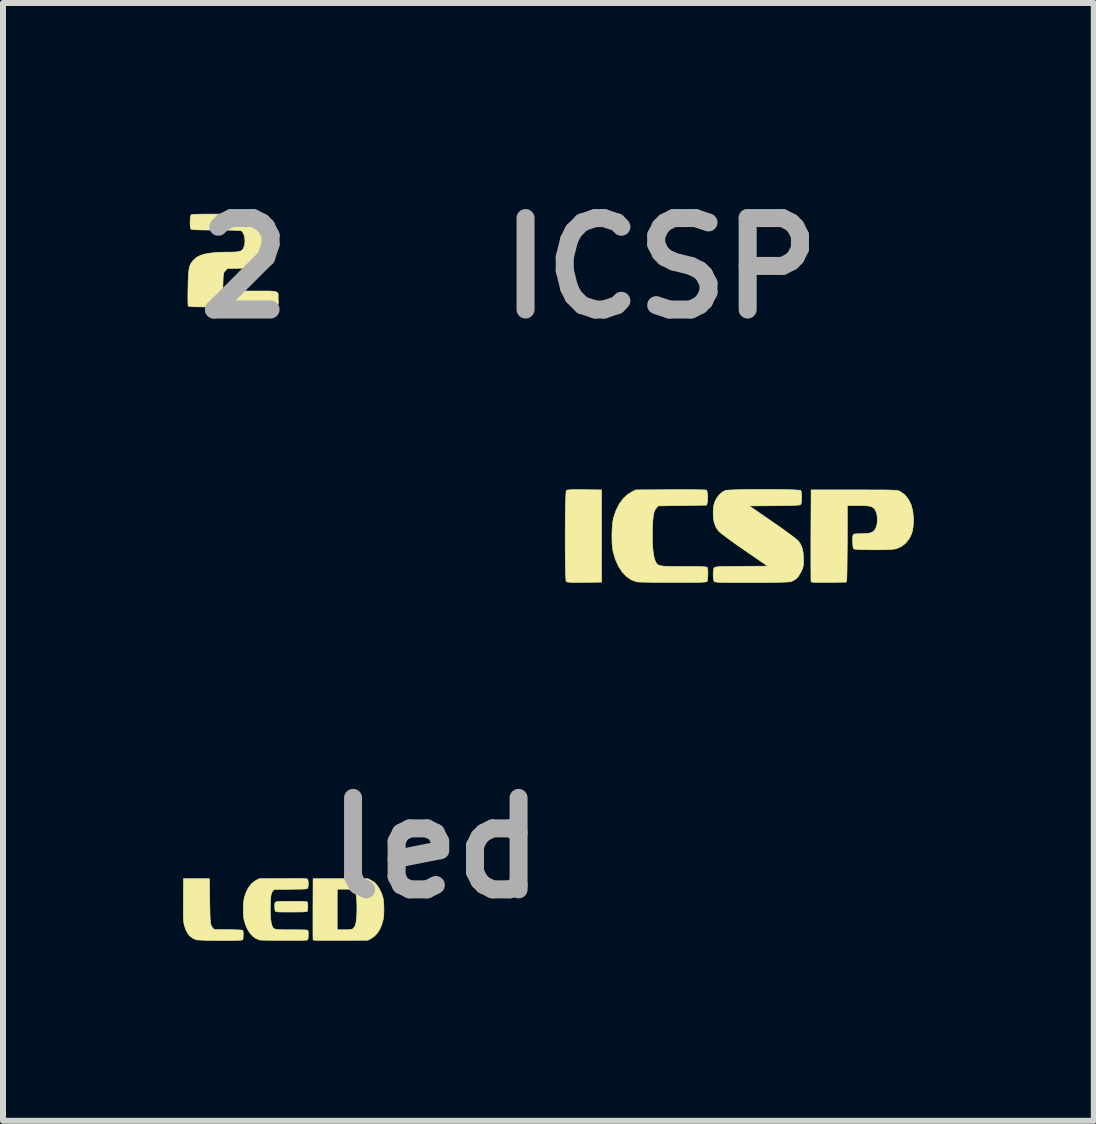
<source format=kicad_pcb>
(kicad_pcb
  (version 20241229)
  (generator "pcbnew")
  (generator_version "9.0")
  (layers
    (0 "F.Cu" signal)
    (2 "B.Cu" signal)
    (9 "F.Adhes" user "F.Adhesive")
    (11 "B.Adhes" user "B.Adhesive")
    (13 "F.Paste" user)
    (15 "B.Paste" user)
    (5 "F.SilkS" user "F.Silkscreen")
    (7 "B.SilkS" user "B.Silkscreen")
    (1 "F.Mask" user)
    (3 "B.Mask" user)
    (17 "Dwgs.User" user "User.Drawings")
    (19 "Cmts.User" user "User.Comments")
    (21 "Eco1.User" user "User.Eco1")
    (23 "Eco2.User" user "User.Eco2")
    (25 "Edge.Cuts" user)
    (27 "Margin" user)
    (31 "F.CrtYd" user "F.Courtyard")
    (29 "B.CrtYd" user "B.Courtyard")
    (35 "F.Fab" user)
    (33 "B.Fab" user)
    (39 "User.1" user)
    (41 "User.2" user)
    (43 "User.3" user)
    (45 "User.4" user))
  (footprint "ICSP"
    (layer "F.Cu")
    (at 8.957 5.918)
    (property "Reference" "ICSP" (at -1 -4.5 0) (layer "F.Fab") (effects (font (size 1.524 1.524) (thickness 0.3))))
    (attr through_hole)
    (fp_poly (pts (xy -2.276 -0.808) (xy -2.268 -0.808) (xy -1.984 -0.805) (xy -1.984 0.732) (xy -2.27 0.736) (xy -2.371 0.736) (xy -2.448 0.736) (xy -2.505 0.734) (xy -2.543 0.731) (xy -2.565 0.727) (xy -2.572 0.723) (xy -2.575 0.707) (xy -2.579 0.669) (xy -2.581 0.61) (xy -2.584 0.534) (xy -2.586 0.444) (xy -2.587 0.343) (xy -2.588 0.232) (xy -2.589 0.115) (xy -2.589 -0.005) (xy -2.589 -0.126) (xy -2.588 -0.245) (xy -2.587 -0.359) (xy -2.585 -0.466) (xy -2.583 -0.562) (xy -2.581 -0.646) (xy -2.578 -0.714) (xy -2.575 -0.763) (xy -2.572 -0.791) (xy -2.57 -0.797) (xy -2.553 -0.802) (xy -2.517 -0.806) (xy -2.459 -0.808) (xy -2.379 -0.809) (xy -2.276 -0.808)) (stroke (width 0.01) (type solid)) (fill yes) (layer "F.SilkS"))
    (fp_poly (pts (xy -0.468 -0.808) (xy -0.379 -0.807) (xy -0.311 -0.806) (xy -0.263 -0.804) (xy -0.238 -0.801) (xy -0.235 -0.8) (xy -0.226 -0.779) (xy -0.219 -0.741) (xy -0.215 -0.693) (xy -0.215 -0.645) (xy -0.219 -0.605) (xy -0.221 -0.595) (xy -0.233 -0.551) (xy -1.04 -0.538) (xy -1.07 -0.503) (xy -1.089 -0.477) (xy -1.104 -0.446) (xy -1.115 -0.407) (xy -1.123 -0.355) (xy -1.129 -0.288) (xy -1.134 -0.2) (xy -1.135 -0.157) (xy -1.137 -0.02) (xy -1.134 0.102) (xy -1.126 0.208) (xy -1.114 0.295) (xy -1.096 0.36) (xy -1.091 0.375) (xy -1.079 0.401) (xy -1.066 0.421) (xy -1.05 0.438) (xy -1.029 0.45) (xy -0.998 0.459) (xy -0.956 0.465) (xy -0.9 0.469) (xy -0.827 0.471) (xy -0.734 0.472) (xy -0.619 0.472) (xy -0.608 0.472) (xy -0.498 0.472) (xy -0.412 0.472) (xy -0.345 0.473) (xy -0.296 0.475) (xy -0.262 0.477) (xy -0.239 0.481) (xy -0.227 0.485) (xy -0.221 0.49) (xy -0.22 0.492) (xy -0.215 0.52) (xy -0.212 0.562) (xy -0.212 0.61) (xy -0.215 0.658) (xy -0.219 0.698) (xy -0.226 0.721) (xy -0.227 0.723) (xy -0.238 0.727) (xy -0.262 0.73) (xy -0.302 0.733) (xy -0.359 0.735) (xy -0.435 0.736) (xy -0.531 0.737) (xy -0.649 0.737) (xy -0.79 0.737) (xy -0.802 0.737) (xy -0.92 0.737) (xy -1.032 0.736) (xy -1.134 0.735) (xy -1.224 0.733) (xy -1.298 0.732) (xy -1.355 0.73) (xy -1.391 0.728) (xy -1.402 0.726) (xy -1.489 0.693) (xy -1.57 0.636) (xy -1.642 0.559) (xy -1.703 0.464) (xy -1.753 0.352) (xy -1.79 0.225) (xy -1.794 0.206) (xy -1.804 0.136) (xy -1.809 0.05) (xy -1.81 -0.045) (xy -1.808 -0.142) (xy -1.801 -0.232) (xy -1.79 -0.309) (xy -1.782 -0.347) (xy -1.741 -0.466) (xy -1.687 -0.571) (xy -1.622 -0.66) (xy -1.548 -0.729) (xy -1.485 -0.769) (xy -1.412 -0.805) (xy -0.829 -0.808) (xy -0.694 -0.809) (xy -0.573 -0.809) (xy -0.468 -0.808)) (stroke (width 0.01) (type solid)) (fill yes) (layer "F.SilkS"))
    (fp_poly (pts (xy 2.379 -0.805) (xy 2.509 -0.804) (xy 2.618 -0.804) (xy 2.707 -0.804) (xy 2.779 -0.803) (xy 2.837 -0.802) (xy 2.881 -0.8) (xy 2.915 -0.798) (xy 2.94 -0.795) (xy 2.959 -0.792) (xy 2.973 -0.787) (xy 2.984 -0.782) (xy 2.995 -0.777) (xy 3.07 -0.722) (xy 3.13 -0.648) (xy 3.175 -0.557) (xy 3.203 -0.45) (xy 3.214 -0.329) (xy 3.213 -0.258) (xy 3.207 -0.182) (xy 3.197 -0.122) (xy 3.182 -0.072) (xy 3.159 -0.023) (xy 3.138 0.014) (xy 3.082 0.084) (xy 3.01 0.139) (xy 2.93 0.174) (xy 2.912 0.179) (xy 2.877 0.183) (xy 2.825 0.187) (xy 2.759 0.19) (xy 2.683 0.192) (xy 2.601 0.193) (xy 2.518 0.193) (xy 2.437 0.192) (xy 2.363 0.19) (xy 2.3 0.188) (xy 2.252 0.184) (xy 2.222 0.18) (xy 2.216 0.177) (xy 2.209 0.158) (xy 2.204 0.121) (xy 2.201 0.074) (xy 2.201 0.025) (xy 2.202 -0.019) (xy 2.207 -0.05) (xy 2.209 -0.054) (xy 2.216 -0.064) (xy 2.234 -0.07) (xy 2.267 -0.073) (xy 2.319 -0.074) (xy 2.345 -0.074) (xy 2.426 -0.077) (xy 2.486 -0.086) (xy 2.53 -0.102) (xy 2.562 -0.129) (xy 2.586 -0.166) (xy 2.588 -0.17) (xy 2.606 -0.227) (xy 2.613 -0.296) (xy 2.61 -0.367) (xy 2.596 -0.43) (xy 2.588 -0.447) (xy 2.569 -0.482) (xy 2.547 -0.507) (xy 2.518 -0.524) (xy 2.478 -0.535) (xy 2.423 -0.541) (xy 2.349 -0.544) (xy 2.299 -0.544) (xy 2.112 -0.544) (xy 2.111 0.062) (xy 2.11 0.185) (xy 2.109 0.301) (xy 2.108 0.407) (xy 2.107 0.501) (xy 2.106 0.58) (xy 2.104 0.641) (xy 2.102 0.682) (xy 2.101 0.7) (xy 2.092 0.732) (xy 1.803 0.736) (xy 1.705 0.736) (xy 1.63 0.736) (xy 1.576 0.735) (xy 1.539 0.733) (xy 1.517 0.729) (xy 1.509 0.724) (xy 1.508 0.723) (xy 1.507 0.708) (xy 1.506 0.669) (xy 1.506 0.61) (xy 1.505 0.532) (xy 1.505 0.438) (xy 1.505 0.329) (xy 1.505 0.209) (xy 1.505 0.08) (xy 1.505 -0.049) (xy 1.509 -0.805) (xy 2.226 -0.805) (xy 2.379 -0.805)) (stroke (width 0.01) (type solid)) (fill yes) (layer "F.SilkS"))
    (fp_poly (pts (xy 0.821 -0.811) (xy 0.927 -0.811) (xy 1.028 -0.81) (xy 1.119 -0.808) (xy 1.198 -0.806) (xy 1.262 -0.803) (xy 1.307 -0.8) (xy 1.332 -0.797) (xy 1.335 -0.796) (xy 1.343 -0.774) (xy 1.348 -0.736) (xy 1.35 -0.689) (xy 1.349 -0.639) (xy 1.345 -0.596) (xy 1.338 -0.566) (xy 1.333 -0.559) (xy 1.315 -0.554) (xy 1.274 -0.55) (xy 1.209 -0.547) (xy 1.12 -0.544) (xy 1.006 -0.542) (xy 0.897 -0.541) (xy 0.478 -0.538) (xy 0.864 -0.272) (xy 0.954 -0.21) (xy 1.039 -0.15) (xy 1.116 -0.094) (xy 1.183 -0.045) (xy 1.237 -0.004) (xy 1.274 0.026) (xy 1.293 0.044) (xy 1.333 0.101) (xy 1.36 0.165) (xy 1.376 0.243) (xy 1.381 0.338) (xy 1.381 0.352) (xy 1.381 0.412) (xy 1.378 0.456) (xy 1.371 0.49) (xy 1.358 0.525) (xy 1.339 0.564) (xy 1.297 0.635) (xy 1.249 0.685) (xy 1.19 0.717) (xy 1.166 0.724) (xy 1.138 0.728) (xy 1.086 0.731) (xy 1.008 0.734) (xy 0.907 0.736) (xy 0.781 0.737) (xy 0.632 0.738) (xy 0.509 0.738) (xy 0.369 0.738) (xy 0.253 0.738) (xy 0.157 0.738) (xy 0.081 0.737) (xy 0.021 0.736) (xy -0.024 0.735) (xy -0.057 0.733) (xy -0.08 0.73) (xy -0.095 0.727) (xy -0.103 0.722) (xy -0.108 0.717) (xy -0.11 0.714) (xy -0.118 0.685) (xy -0.122 0.642) (xy -0.123 0.592) (xy -0.12 0.544) (xy -0.113 0.507) (xy -0.107 0.493) (xy -0.101 0.488) (xy -0.09 0.483) (xy -0.071 0.479) (xy -0.043 0.476) (xy -0.002 0.474) (xy 0.054 0.472) (xy 0.128 0.471) (xy 0.222 0.47) (xy 0.338 0.469) (xy 0.347 0.469) (xy 0.785 0.465) (xy 0.402 0.202) (xy 0.302 0.133) (xy 0.211 0.068) (xy 0.131 0.01) (xy 0.064 -0.04) (xy 0.012 -0.08) (xy -0.021 -0.108) (xy -0.031 -0.118) (xy -0.075 -0.18) (xy -0.104 -0.251) (xy -0.12 -0.337) (xy -0.123 -0.418) (xy -0.121 -0.492) (xy -0.112 -0.552) (xy -0.096 -0.604) (xy -0.062 -0.672) (xy -0.015 -0.731) (xy 0.038 -0.775) (xy 0.086 -0.797) (xy 0.112 -0.8) (xy 0.158 -0.803) (xy 0.222 -0.806) (xy 0.302 -0.808) (xy 0.394 -0.81) (xy 0.495 -0.811) (xy 0.601 -0.811) (xy 0.711 -0.812) (xy 0.821 -0.811)) (stroke (width 0.01) (type solid)) (fill yes) (layer "F.SilkS")))
  (footprint "2"
    (layer "F.Cu")
    (at 1.023 1.418)
    (property "Reference" "2" (at 0 0 0) (layer "F.Fab") (effects (font (size 1.524 1.524) (thickness 0.3))))
    (attr through_hole)
    (fp_poly (pts (xy -0.432 -0.9) (xy -0.294 -0.899) (xy -0.158 -0.898) (xy -0.045 -0.897) (xy 0.048 -0.896) (xy 0.122 -0.895) (xy 0.18 -0.893) (xy 0.225 -0.891) (xy 0.258 -0.889) (xy 0.283 -0.886) (xy 0.301 -0.882) (xy 0.316 -0.877) (xy 0.328 -0.87) (xy 0.333 -0.868) (xy 0.41 -0.812) (xy 0.47 -0.739) (xy 0.512 -0.648) (xy 0.536 -0.541) (xy 0.541 -0.418) (xy 0.54 -0.401) (xy 0.525 -0.287) (xy 0.493 -0.191) (xy 0.443 -0.114) (xy 0.377 -0.056) (xy 0.342 -0.036) (xy 0.321 -0.026) (xy 0.3 -0.019) (xy 0.274 -0.013) (xy 0.24 -0.009) (xy 0.194 -0.006) (xy 0.132 -0.003) (xy 0.051 -0.001) (xy 0 0) (xy -0.282 0.006) (xy -0.318 0.042) (xy -0.332 0.058) (xy -0.343 0.074) (xy -0.349 0.096) (xy -0.353 0.129) (xy -0.355 0.178) (xy -0.357 0.229) (xy -0.361 0.381) (xy 0.091 0.381) (xy 0.213 0.381) (xy 0.312 0.381) (xy 0.391 0.381) (xy 0.451 0.383) (xy 0.496 0.387) (xy 0.527 0.394) (xy 0.546 0.405) (xy 0.557 0.419) (xy 0.562 0.438) (xy 0.563 0.463) (xy 0.562 0.494) (xy 0.562 0.514) (xy 0.563 0.542) (xy 0.564 0.566) (xy 0.564 0.586) (xy 0.561 0.602) (xy 0.553 0.616) (xy 0.537 0.626) (xy 0.513 0.634) (xy 0.479 0.64) (xy 0.431 0.644) (xy 0.369 0.646) (xy 0.291 0.648) (xy 0.195 0.648) (xy 0.078 0.648) (xy -0.06 0.648) (xy -0.194 0.648) (xy -0.351 0.648) (xy -0.485 0.647) (xy -0.598 0.647) (xy -0.69 0.646) (xy -0.765 0.645) (xy -0.823 0.644) (xy -0.867 0.642) (xy -0.899 0.64) (xy -0.92 0.637) (xy -0.932 0.634) (xy -0.938 0.63) (xy -0.938 0.629) (xy -0.94 0.611) (xy -0.941 0.572) (xy -0.942 0.515) (xy -0.942 0.445) (xy -0.941 0.364) (xy -0.94 0.321) (xy -0.938 0.212) (xy -0.934 0.124) (xy -0.928 0.055) (xy -0.92 0.000485) (xy -0.908 -0.043) (xy -0.891 -0.078) (xy -0.87 -0.109) (xy -0.843 -0.139) (xy -0.836 -0.146) (xy -0.79 -0.183) (xy -0.732 -0.213) (xy -0.659 -0.235) (xy -0.569 -0.251) (xy -0.461 -0.261) (xy -0.33 -0.266) (xy -0.276 -0.266) (xy -0.193 -0.267) (xy -0.131 -0.27) (xy -0.087 -0.277) (xy -0.056 -0.288) (xy -0.034 -0.305) (xy -0.018 -0.329) (xy -0.008 -0.351) (xy 0.006 -0.405) (xy 0.009 -0.465) (xy 0.002 -0.524) (xy -0.015 -0.575) (xy -0.039 -0.612) (xy -0.052 -0.621) (xy -0.074 -0.626) (xy -0.121 -0.629) (xy -0.192 -0.632) (xy -0.286 -0.634) (xy -0.405 -0.635) (xy -0.476 -0.635) (xy -0.597 -0.635) (xy -0.695 -0.636) (xy -0.771 -0.638) (xy -0.826 -0.64) (xy -0.864 -0.643) (xy -0.885 -0.647) (xy -0.89 -0.65) (xy -0.899 -0.672) (xy -0.904 -0.71) (xy -0.906 -0.758) (xy -0.904 -0.808) (xy -0.9 -0.851) (xy -0.892 -0.881) (xy -0.887 -0.888) (xy -0.875 -0.892) (xy -0.848 -0.895) (xy -0.804 -0.897) (xy -0.742 -0.899) (xy -0.66 -0.9) (xy -0.557 -0.9) (xy -0.432 -0.9)) (stroke (width 0.01) (type solid)) (fill yes) (layer "F.SilkS")))
  (footprint "led"
    (layer "F.Cu")
    (at 4.212 11.08)
    (property "Reference" "led" (at 0 0 0) (layer "F.Fab") (effects (font (size 1.524 1.524) (thickness 0.3))))
    (attr through_hole)
    (fp_poly (pts (xy -2.458 0.889) (xy -2.41 0.889) (xy -2.331 0.889) (xy -2.267 0.89) (xy -2.218 0.891) (xy -2.183 0.893) (xy -2.159 0.895) (xy -2.146 0.898) (xy -2.144 0.899) (xy -2.138 0.913) (xy -2.135 0.939) (xy -2.134 0.97) (xy -2.134 1.003) (xy -2.137 1.032) (xy -2.141 1.052) (xy -2.144 1.057) (xy -2.152 1.06) (xy -2.171 1.062) (xy -2.201 1.064) (xy -2.244 1.066) (xy -2.301 1.066) (xy -2.373 1.067) (xy -2.41 1.067) (xy -2.483 1.067) (xy -2.54 1.067) (xy -2.585 1.066) (xy -2.618 1.065) (xy -2.641 1.064) (xy -2.656 1.062) (xy -2.666 1.059) (xy -2.672 1.055) (xy -2.675 1.051) (xy -2.675 1.05) (xy -2.68 1.034) (xy -2.683 1.006) (xy -2.684 0.978) (xy -2.684 0.953) (xy -2.684 0.934) (xy -2.681 0.919) (xy -2.675 0.907) (xy -2.663 0.899) (xy -2.643 0.894) (xy -2.615 0.891) (xy -2.575 0.889) (xy -2.524 0.889) (xy -2.458 0.889)) (stroke (width 0.01) (type solid)) (fill yes) (layer "F.SilkS"))
    (fp_poly (pts (xy -3.767 0.872) (xy -3.766 0.966) (xy -3.764 1.045) (xy -3.763 1.111) (xy -3.761 1.164) (xy -3.758 1.206) (xy -3.755 1.24) (xy -3.75 1.266) (xy -3.745 1.286) (xy -3.739 1.302) (xy -3.73 1.315) (xy -3.721 1.328) (xy -3.717 1.332) (xy -3.693 1.359) (xy -3.457 1.361) (xy -3.382 1.362) (xy -3.322 1.364) (xy -3.277 1.366) (xy -3.245 1.368) (xy -3.225 1.37) (xy -3.216 1.374) (xy -3.216 1.374) (xy -3.212 1.389) (xy -3.209 1.415) (xy -3.209 1.447) (xy -3.21 1.48) (xy -3.213 1.508) (xy -3.217 1.527) (xy -3.219 1.531) (xy -3.23 1.533) (xy -3.256 1.536) (xy -3.294 1.538) (xy -3.343 1.539) (xy -3.401 1.54) (xy -3.465 1.541) (xy -3.533 1.541) (xy -3.604 1.541) (xy -3.674 1.541) (xy -3.743 1.54) (xy -3.807 1.539) (xy -3.865 1.537) (xy -3.915 1.535) (xy -3.954 1.533) (xy -3.981 1.531) (xy -3.989 1.529) (xy -4.048 1.505) (xy -4.098 1.467) (xy -4.139 1.416) (xy -4.171 1.35) (xy -4.195 1.269) (xy -4.198 1.251) (xy -4.201 1.231) (xy -4.203 1.206) (xy -4.205 1.176) (xy -4.206 1.137) (xy -4.207 1.09) (xy -4.207 1.031) (xy -4.207 0.959) (xy -4.206 0.872) (xy -4.206 0.859) (xy -4.204 0.512) (xy -3.772 0.512) (xy -3.767 0.872)) (stroke (width 0.01) (type solid)) (fill yes) (layer "F.SilkS"))
    (fp_poly (pts (xy -1.083 0.536) (xy -1.029 0.571) (xy -0.98 0.621) (xy -0.938 0.684) (xy -0.903 0.759) (xy -0.884 0.817) (xy -0.875 0.859) (xy -0.869 0.914) (xy -0.866 0.975) (xy -0.865 1.04) (xy -0.867 1.101) (xy -0.871 1.156) (xy -0.876 1.187) (xy -0.901 1.278) (xy -0.935 1.358) (xy -0.979 1.424) (xy -1.031 1.477) (xy -1.075 1.506) (xy -1.13 1.537) (xy -1.586 1.539) (xy -1.688 1.54) (xy -1.775 1.54) (xy -1.848 1.54) (xy -1.907 1.54) (xy -1.954 1.539) (xy -1.989 1.538) (xy -2.015 1.537) (xy -2.032 1.535) (xy -2.042 1.533) (xy -2.045 1.531) (xy -2.046 1.52) (xy -2.046 1.495) (xy -2.047 1.455) (xy -2.047 1.403) (xy -2.047 1.363) (xy -1.643 1.363) (xy -1.528 1.363) (xy -1.474 1.363) (xy -1.435 1.361) (xy -1.408 1.357) (xy -1.391 1.351) (xy -1.389 1.351) (xy -1.37 1.334) (xy -1.351 1.309) (xy -1.346 1.299) (xy -1.336 1.269) (xy -1.327 1.225) (xy -1.321 1.171) (xy -1.317 1.11) (xy -1.314 1.045) (xy -1.314 0.979) (xy -1.316 0.914) (xy -1.319 0.855) (xy -1.325 0.803) (xy -1.333 0.763) (xy -1.343 0.736) (xy -1.343 0.735) (xy -1.355 0.717) (xy -1.369 0.704) (xy -1.387 0.696) (xy -1.413 0.69) (xy -1.449 0.687) (xy -1.498 0.686) (xy -1.522 0.686) (xy -1.643 0.686) (xy -1.643 1.363) (xy -2.047 1.363) (xy -2.047 1.34) (xy -2.047 1.268) (xy -2.047 1.188) (xy -2.047 1.102) (xy -2.047 1.016) (xy -2.045 0.512) (xy -1.13 0.512) (xy -1.083 0.536)) (stroke (width 0.01) (type solid)) (fill yes) (layer "F.SilkS"))
    (fp_poly (pts (xy -2.261 0.509) (xy -2.221 0.509) (xy -2.191 0.51) (xy -2.17 0.512) (xy -2.155 0.513) (xy -2.145 0.516) (xy -2.139 0.519) (xy -2.136 0.522) (xy -2.13 0.539) (xy -2.126 0.568) (xy -2.125 0.601) (xy -2.127 0.633) (xy -2.131 0.659) (xy -2.136 0.671) (xy -2.14 0.675) (xy -2.148 0.678) (xy -2.161 0.681) (xy -2.181 0.683) (xy -2.21 0.684) (xy -2.249 0.686) (xy -2.301 0.686) (xy -2.366 0.687) (xy -2.42 0.688) (xy -2.694 0.69) (xy -2.714 0.713) (xy -2.727 0.731) (xy -2.737 0.751) (xy -2.744 0.778) (xy -2.75 0.812) (xy -2.753 0.857) (xy -2.756 0.915) (xy -2.757 0.944) (xy -2.759 1.035) (xy -2.757 1.117) (xy -2.751 1.187) (xy -2.743 1.245) (xy -2.732 1.289) (xy -2.728 1.298) (xy -2.72 1.315) (xy -2.712 1.329) (xy -2.701 1.34) (xy -2.687 1.348) (xy -2.667 1.354) (xy -2.64 1.358) (xy -2.604 1.361) (xy -2.556 1.362) (xy -2.496 1.363) (xy -2.421 1.363) (xy -2.397 1.363) (xy -2.323 1.363) (xy -2.264 1.364) (xy -2.218 1.364) (xy -2.185 1.365) (xy -2.161 1.367) (xy -2.145 1.369) (xy -2.136 1.371) (xy -2.131 1.375) (xy -2.13 1.377) (xy -2.127 1.395) (xy -2.125 1.423) (xy -2.125 1.456) (xy -2.127 1.488) (xy -2.13 1.514) (xy -2.134 1.529) (xy -2.135 1.531) (xy -2.142 1.533) (xy -2.158 1.535) (xy -2.185 1.537) (xy -2.223 1.538) (xy -2.273 1.539) (xy -2.336 1.54) (xy -2.415 1.54) (xy -2.508 1.54) (xy -2.527 1.54) (xy -2.607 1.54) (xy -2.682 1.539) (xy -2.751 1.538) (xy -2.812 1.537) (xy -2.862 1.536) (xy -2.901 1.535) (xy -2.926 1.534) (xy -2.935 1.533) (xy -2.993 1.51) (xy -3.047 1.473) (xy -3.095 1.422) (xy -3.136 1.358) (xy -3.169 1.283) (xy -3.194 1.199) (xy -3.197 1.186) (xy -3.203 1.139) (xy -3.207 1.082) (xy -3.208 1.018) (xy -3.206 0.954) (xy -3.201 0.894) (xy -3.194 0.843) (xy -3.188 0.817) (xy -3.16 0.737) (xy -3.124 0.666) (xy -3.08 0.606) (xy -3.029 0.56) (xy -2.99 0.536) (xy -2.942 0.512) (xy -2.544 0.51) (xy -2.452 0.509) (xy -2.375 0.509) (xy -2.311 0.509) (xy -2.261 0.509)) (stroke (width 0.01) (type solid)) (fill yes) (layer "F.SilkS")))
  (gr_rect
    (start -3 -3)
    (end 15.176 15.626)
    (stroke (width 0.1) (type default))
    (fill no)
    (layer "Edge.Cuts")))
</source>
